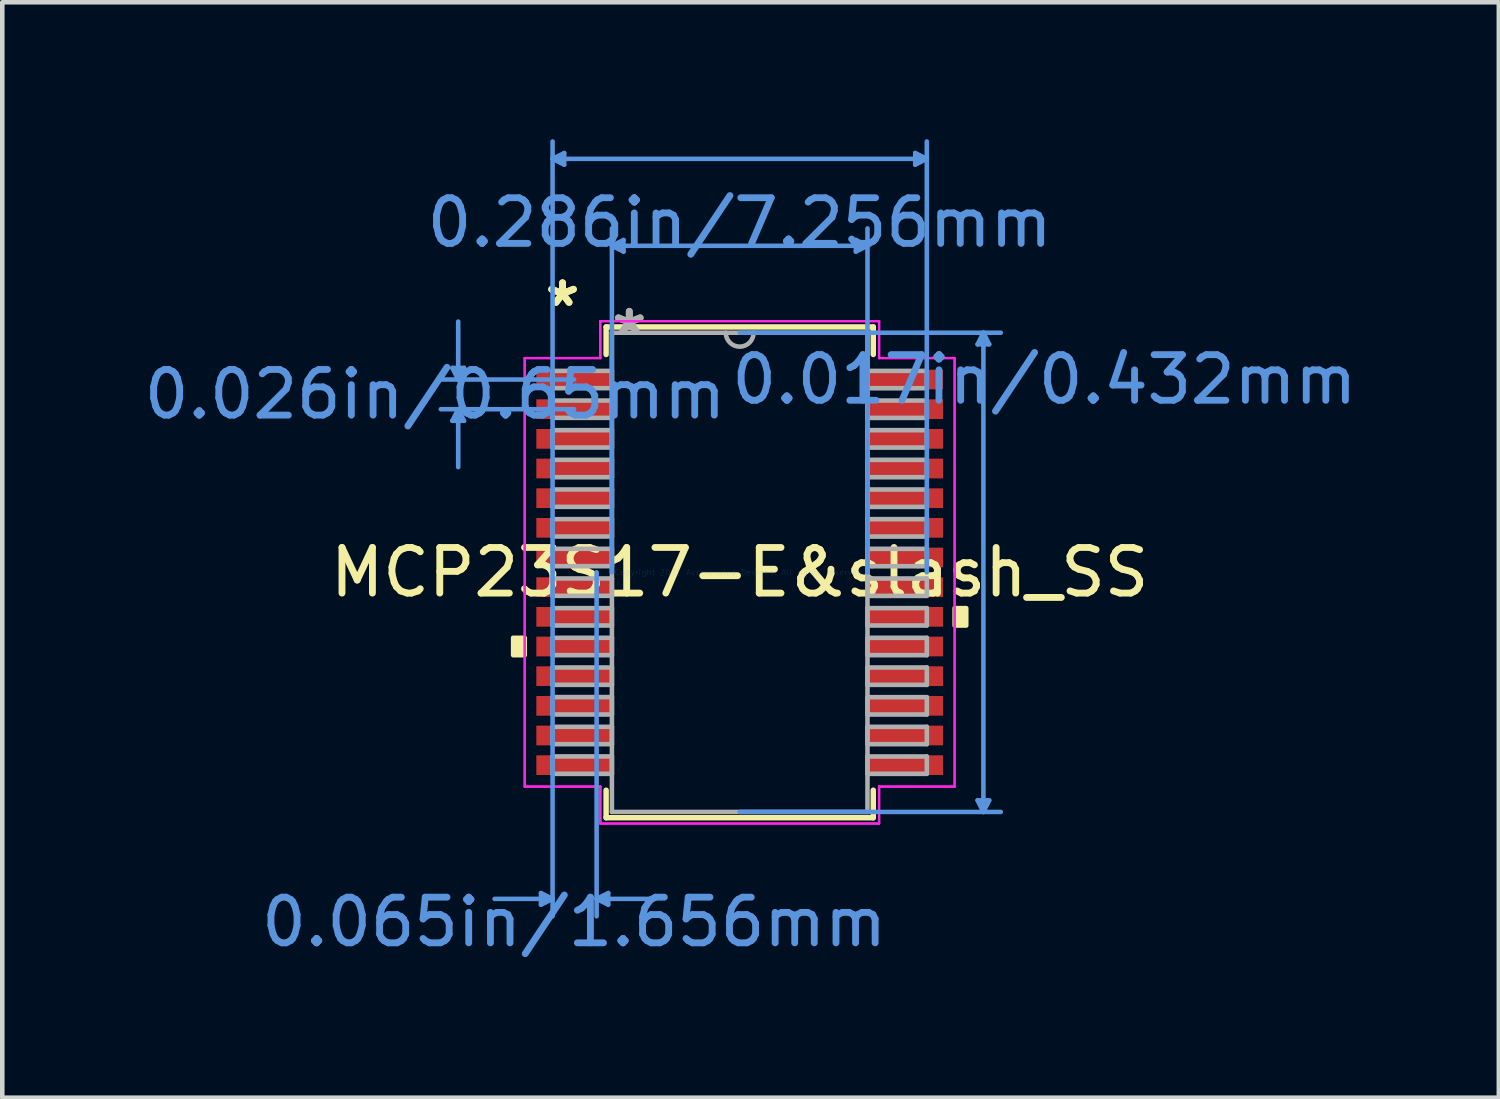
<source format=kicad_pcb>
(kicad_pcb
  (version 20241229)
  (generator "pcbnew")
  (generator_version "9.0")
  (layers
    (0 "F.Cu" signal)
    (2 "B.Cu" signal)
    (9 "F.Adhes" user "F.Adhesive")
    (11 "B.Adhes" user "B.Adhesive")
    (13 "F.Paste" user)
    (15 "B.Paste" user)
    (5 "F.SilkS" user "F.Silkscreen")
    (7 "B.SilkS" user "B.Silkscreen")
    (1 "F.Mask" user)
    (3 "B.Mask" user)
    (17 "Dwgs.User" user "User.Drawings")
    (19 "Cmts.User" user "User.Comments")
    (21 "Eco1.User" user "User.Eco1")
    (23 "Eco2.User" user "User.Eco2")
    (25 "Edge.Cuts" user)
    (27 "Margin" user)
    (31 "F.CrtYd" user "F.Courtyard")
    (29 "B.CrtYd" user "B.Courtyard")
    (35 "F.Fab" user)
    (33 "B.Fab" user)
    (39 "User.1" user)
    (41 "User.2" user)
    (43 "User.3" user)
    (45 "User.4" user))
  (footprint "MCP23S17-E&slash_SS"
    (layer "F.Cu")
    (at 13.158 9.491)
    (property "Reference" "MCP23S17-E&slash_SS" (at 0 0 0) (layer "F.SilkS") (effects (font (size 1 1) (thickness 0.15))))
    (attr through_hole)
    (fp_line (start -2.927 -5.377) (end -2.927 -4.774) (stroke (width 0.12) (type solid)) (layer "F.SilkS"))
    (fp_line (start -2.927 4.774) (end -2.927 5.377) (stroke (width 0.12) (type solid)) (layer "F.SilkS"))
    (fp_line (start -2.927 5.377) (end 2.927 5.377) (stroke (width 0.12) (type solid)) (layer "F.SilkS"))
    (fp_line (start 2.927 -5.377) (end -2.927 -5.377) (stroke (width 0.12) (type solid)) (layer "F.SilkS"))
    (fp_line (start 2.927 -4.774) (end 2.927 -5.377) (stroke (width 0.12) (type solid)) (layer "F.SilkS"))
    (fp_line (start 2.927 5.377) (end 2.927 4.774) (stroke (width 0.12) (type solid)) (layer "F.SilkS"))
    (fp_poly (pts (xy -4.964 1.434) (xy -4.964 1.815) (xy -4.71 1.815) (xy -4.71 1.434)) (stroke (width 0.1) (type solid)) (fill yes) (layer "F.SilkS"))
    (fp_poly (pts (xy 4.964 0.784) (xy 4.964 1.165) (xy 4.71 1.165) (xy 4.71 0.784)) (stroke (width 0.1) (type solid)) (fill yes) (layer "F.SilkS"))
    (fp_line (start -6.295 -4.479) (end -6.041 -4.479) (stroke (width 0.1) (type solid)) (layer "Cmts.User"))
    (fp_line (start -6.295 -3.321) (end -6.041 -3.321) (stroke (width 0.1) (type solid)) (layer "Cmts.User"))
    (fp_line (start -6.168 -4.225) (end -6.295 -4.479) (stroke (width 0.1) (type solid)) (layer "Cmts.User"))
    (fp_line (start -6.168 -4.225) (end -6.168 -5.495) (stroke (width 0.1) (type solid)) (layer "Cmts.User"))
    (fp_line (start -6.168 -4.225) (end -6.041 -4.479) (stroke (width 0.1) (type solid)) (layer "Cmts.User"))
    (fp_line (start -6.168 -3.575) (end -6.295 -3.321) (stroke (width 0.1) (type solid)) (layer "Cmts.User"))
    (fp_line (start -6.168 -3.575) (end -6.168 -2.305) (stroke (width 0.1) (type solid)) (layer "Cmts.User"))
    (fp_line (start -6.168 -3.575) (end -6.041 -3.321) (stroke (width 0.1) (type solid)) (layer "Cmts.User"))
    (fp_line (start -4.354 7.028) (end -4.354 7.282) (stroke (width 0.1) (type solid)) (layer "Cmts.User"))
    (fp_line (start -4.1 -9.06) (end -3.846 -9.187) (stroke (width 0.1) (type solid)) (layer "Cmts.User"))
    (fp_line (start -4.1 -9.06) (end -3.846 -8.933) (stroke (width 0.1) (type solid)) (layer "Cmts.User"))
    (fp_line (start -4.1 -9.06) (end 4.1 -9.06) (stroke (width 0.1) (type solid)) (layer "Cmts.User"))
    (fp_line (start -4.1 0) (end -4.1 -9.441) (stroke (width 0.1) (type solid)) (layer "Cmts.User"))
    (fp_line (start -4.1 0) (end -4.1 7.536) (stroke (width 0.1) (type solid)) (layer "Cmts.User"))
    (fp_line (start -4.1 7.155) (end -5.37 7.155) (stroke (width 0.1) (type solid)) (layer "Cmts.User"))
    (fp_line (start -4.1 7.155) (end -4.354 7.028) (stroke (width 0.1) (type solid)) (layer "Cmts.User"))
    (fp_line (start -4.1 7.155) (end -4.354 7.282) (stroke (width 0.1) (type solid)) (layer "Cmts.User"))
    (fp_line (start -3.846 -9.187) (end -3.846 -8.933) (stroke (width 0.1) (type solid)) (layer "Cmts.User"))
    (fp_line (start -3.628 -4.225) (end -6.549 -4.225) (stroke (width 0.1) (type solid)) (layer "Cmts.User"))
    (fp_line (start -3.628 -3.575) (end -6.549 -3.575) (stroke (width 0.1) (type solid)) (layer "Cmts.User"))
    (fp_line (start -3.135 0) (end -3.135 7.536) (stroke (width 0.1) (type solid)) (layer "Cmts.User"))
    (fp_line (start -3.135 7.155) (end -2.881 7.028) (stroke (width 0.1) (type solid)) (layer "Cmts.User"))
    (fp_line (start -3.135 7.155) (end -2.881 7.282) (stroke (width 0.1) (type solid)) (layer "Cmts.User"))
    (fp_line (start -3.135 7.155) (end -1.865 7.155) (stroke (width 0.1) (type solid)) (layer "Cmts.User"))
    (fp_line (start -2.881 7.028) (end -2.881 7.282) (stroke (width 0.1) (type solid)) (layer "Cmts.User"))
    (fp_line (start -2.8 -7.155) (end -2.546 -7.282) (stroke (width 0.1) (type solid)) (layer "Cmts.User"))
    (fp_line (start -2.8 -7.155) (end -2.546 -7.028) (stroke (width 0.1) (type solid)) (layer "Cmts.User"))
    (fp_line (start -2.8 -7.155) (end 2.8 -7.155) (stroke (width 0.1) (type solid)) (layer "Cmts.User"))
    (fp_line (start -2.8 0) (end -2.8 -7.536) (stroke (width 0.1) (type solid)) (layer "Cmts.User"))
    (fp_line (start -2.546 -7.282) (end -2.546 -7.028) (stroke (width 0.1) (type solid)) (layer "Cmts.User"))
    (fp_line (start 0 -5.25) (end 5.721 -5.25) (stroke (width 0.1) (type solid)) (layer "Cmts.User"))
    (fp_line (start 0 5.25) (end 5.721 5.25) (stroke (width 0.1) (type solid)) (layer "Cmts.User"))
    (fp_line (start 2.546 -7.282) (end 2.546 -7.028) (stroke (width 0.1) (type solid)) (layer "Cmts.User"))
    (fp_line (start 2.8 -7.155) (end 2.546 -7.282) (stroke (width 0.1) (type solid)) (layer "Cmts.User"))
    (fp_line (start 2.8 -7.155) (end 2.546 -7.028) (stroke (width 0.1) (type solid)) (layer "Cmts.User"))
    (fp_line (start 2.8 0) (end 2.8 -7.536) (stroke (width 0.1) (type solid)) (layer "Cmts.User"))
    (fp_line (start 3.846 -9.187) (end 3.846 -8.933) (stroke (width 0.1) (type solid)) (layer "Cmts.User"))
    (fp_line (start 4.1 -9.06) (end 3.846 -9.187) (stroke (width 0.1) (type solid)) (layer "Cmts.User"))
    (fp_line (start 4.1 -9.06) (end 3.846 -8.933) (stroke (width 0.1) (type solid)) (layer "Cmts.User"))
    (fp_line (start 4.1 0) (end 4.1 -9.441) (stroke (width 0.1) (type solid)) (layer "Cmts.User"))
    (fp_line (start 5.213 -4.996) (end 5.467 -4.996) (stroke (width 0.1) (type solid)) (layer "Cmts.User"))
    (fp_line (start 5.213 4.996) (end 5.467 4.996) (stroke (width 0.1) (type solid)) (layer "Cmts.User"))
    (fp_line (start 5.34 -5.25) (end 5.213 -4.996) (stroke (width 0.1) (type solid)) (layer "Cmts.User"))
    (fp_line (start 5.34 -5.25) (end 5.34 5.25) (stroke (width 0.1) (type solid)) (layer "Cmts.User"))
    (fp_line (start 5.34 -5.25) (end 5.467 -4.996) (stroke (width 0.1) (type solid)) (layer "Cmts.User"))
    (fp_line (start 5.34 5.25) (end 5.213 4.996) (stroke (width 0.1) (type solid)) (layer "Cmts.User"))
    (fp_line (start 5.34 5.25) (end 5.467 4.996) (stroke (width 0.1) (type solid)) (layer "Cmts.User"))
    (fp_line (start -4.71 -4.695) (end -3.054 -4.695) (stroke (width 0.05) (type solid)) (layer "F.CrtYd"))
    (fp_line (start -4.71 -4.695) (end -3.054 -4.695) (stroke (width 0.05) (type solid)) (layer "F.CrtYd"))
    (fp_line (start -4.71 4.695) (end -4.71 -4.695) (stroke (width 0.05) (type solid)) (layer "F.CrtYd"))
    (fp_line (start -4.71 4.695) (end -4.71 -4.695) (stroke (width 0.05) (type solid)) (layer "F.CrtYd"))
    (fp_line (start -4.71 4.695) (end -3.054 4.695) (stroke (width 0.05) (type solid)) (layer "F.CrtYd"))
    (fp_line (start -3.054 -5.504) (end 3.054 -5.504) (stroke (width 0.05) (type solid)) (layer "F.CrtYd"))
    (fp_line (start -3.054 -5.504) (end 3.054 -5.504) (stroke (width 0.05) (type solid)) (layer "F.CrtYd"))
    (fp_line (start -3.054 -4.695) (end -3.054 -5.504) (stroke (width 0.05) (type solid)) (layer "F.CrtYd"))
    (fp_line (start -3.054 -4.695) (end -3.054 -5.504) (stroke (width 0.05) (type solid)) (layer "F.CrtYd"))
    (fp_line (start -3.054 4.695) (end -4.71 4.695) (stroke (width 0.05) (type solid)) (layer "F.CrtYd"))
    (fp_line (start -3.054 5.504) (end -3.054 4.695) (stroke (width 0.05) (type solid)) (layer "F.CrtYd"))
    (fp_line (start -3.054 5.504) (end -3.054 4.695) (stroke (width 0.05) (type solid)) (layer "F.CrtYd"))
    (fp_line (start 3.054 -5.504) (end 3.054 -4.695) (stroke (width 0.05) (type solid)) (layer "F.CrtYd"))
    (fp_line (start 3.054 -5.504) (end 3.054 -4.695) (stroke (width 0.05) (type solid)) (layer "F.CrtYd"))
    (fp_line (start 3.054 -4.695) (end 4.71 -4.695) (stroke (width 0.05) (type solid)) (layer "F.CrtYd"))
    (fp_line (start 3.054 4.695) (end 3.054 5.504) (stroke (width 0.05) (type solid)) (layer "F.CrtYd"))
    (fp_line (start 3.054 4.695) (end 3.054 5.504) (stroke (width 0.05) (type solid)) (layer "F.CrtYd"))
    (fp_line (start 3.054 5.504) (end -3.054 5.504) (stroke (width 0.05) (type solid)) (layer "F.CrtYd"))
    (fp_line (start 3.054 5.504) (end -3.054 5.504) (stroke (width 0.05) (type solid)) (layer "F.CrtYd"))
    (fp_line (start 4.71 -4.695) (end 3.054 -4.695) (stroke (width 0.05) (type solid)) (layer "F.CrtYd"))
    (fp_line (start 4.71 -4.695) (end 4.71 4.695) (stroke (width 0.05) (type solid)) (layer "F.CrtYd"))
    (fp_line (start 4.71 -4.695) (end 4.71 4.695) (stroke (width 0.05) (type solid)) (layer "F.CrtYd"))
    (fp_line (start 4.71 4.695) (end 3.054 4.695) (stroke (width 0.05) (type solid)) (layer "F.CrtYd"))
    (fp_line (start 4.71 4.695) (end 3.054 4.695) (stroke (width 0.05) (type solid)) (layer "F.CrtYd"))
    (fp_line (start -4.1 -4.415) (end -4.1 -4.035) (stroke (width 0.1) (type solid)) (layer "F.Fab"))
    (fp_line (start -4.1 -4.035) (end -2.8 -4.035) (stroke (width 0.1) (type solid)) (layer "F.Fab"))
    (fp_line (start -4.1 -3.765) (end -4.1 -3.385) (stroke (width 0.1) (type solid)) (layer "F.Fab"))
    (fp_line (start -4.1 -3.385) (end -2.8 -3.385) (stroke (width 0.1) (type solid)) (layer "F.Fab"))
    (fp_line (start -4.1 -3.115) (end -4.1 -2.735) (stroke (width 0.1) (type solid)) (layer "F.Fab"))
    (fp_line (start -4.1 -2.735) (end -2.8 -2.735) (stroke (width 0.1) (type solid)) (layer "F.Fab"))
    (fp_line (start -4.1 -2.466) (end -4.1 -2.084) (stroke (width 0.1) (type solid)) (layer "F.Fab"))
    (fp_line (start -4.1 -2.084) (end -2.8 -2.084) (stroke (width 0.1) (type solid)) (layer "F.Fab"))
    (fp_line (start -4.1 -1.816) (end -4.1 -1.435) (stroke (width 0.1) (type solid)) (layer "F.Fab"))
    (fp_line (start -4.1 -1.435) (end -2.8 -1.435) (stroke (width 0.1) (type solid)) (layer "F.Fab"))
    (fp_line (start -4.1 -1.166) (end -4.1 -0.785) (stroke (width 0.1) (type solid)) (layer "F.Fab"))
    (fp_line (start -4.1 -0.785) (end -2.8 -0.785) (stroke (width 0.1) (type solid)) (layer "F.Fab"))
    (fp_line (start -4.1 -0.516) (end -4.1 -0.135) (stroke (width 0.1) (type solid)) (layer "F.Fab"))
    (fp_line (start -4.1 -0.135) (end -2.8 -0.135) (stroke (width 0.1) (type solid)) (layer "F.Fab"))
    (fp_line (start -4.1 0.134) (end -4.1 0.515) (stroke (width 0.1) (type solid)) (layer "F.Fab"))
    (fp_line (start -4.1 0.515) (end -2.8 0.515) (stroke (width 0.1) (type solid)) (layer "F.Fab"))
    (fp_line (start -4.1 0.784) (end -4.1 1.165) (stroke (width 0.1) (type solid)) (layer "F.Fab"))
    (fp_line (start -4.1 1.165) (end -2.8 1.165) (stroke (width 0.1) (type solid)) (layer "F.Fab"))
    (fp_line (start -4.1 1.434) (end -4.1 1.815) (stroke (width 0.1) (type solid)) (layer "F.Fab"))
    (fp_line (start -4.1 1.815) (end -2.8 1.815) (stroke (width 0.1) (type solid)) (layer "F.Fab"))
    (fp_line (start -4.1 2.084) (end -4.1 2.465) (stroke (width 0.1) (type solid)) (layer "F.Fab"))
    (fp_line (start -4.1 2.465) (end -2.8 2.465) (stroke (width 0.1) (type solid)) (layer "F.Fab"))
    (fp_line (start -4.1 2.734) (end -4.1 3.115) (stroke (width 0.1) (type solid)) (layer "F.Fab"))
    (fp_line (start -4.1 3.115) (end -2.8 3.115) (stroke (width 0.1) (type solid)) (layer "F.Fab"))
    (fp_line (start -4.1 3.384) (end -4.1 3.765) (stroke (width 0.1) (type solid)) (layer "F.Fab"))
    (fp_line (start -4.1 3.765) (end -2.8 3.765) (stroke (width 0.1) (type solid)) (layer "F.Fab"))
    (fp_line (start -4.1 4.034) (end -4.1 4.415) (stroke (width 0.1) (type solid)) (layer "F.Fab"))
    (fp_line (start -4.1 4.415) (end -2.8 4.415) (stroke (width 0.1) (type solid)) (layer "F.Fab"))
    (fp_line (start -2.8 -5.25) (end -2.8 5.25) (stroke (width 0.1) (type solid)) (layer "F.Fab"))
    (fp_line (start -2.8 -4.415) (end -4.1 -4.415) (stroke (width 0.1) (type solid)) (layer "F.Fab"))
    (fp_line (start -2.8 -4.035) (end -2.8 -4.415) (stroke (width 0.1) (type solid)) (layer "F.Fab"))
    (fp_line (start -2.8 -3.765) (end -4.1 -3.765) (stroke (width 0.1) (type solid)) (layer "F.Fab"))
    (fp_line (start -2.8 -3.385) (end -2.8 -3.765) (stroke (width 0.1) (type solid)) (layer "F.Fab"))
    (fp_line (start -2.8 -3.115) (end -4.1 -3.115) (stroke (width 0.1) (type solid)) (layer "F.Fab"))
    (fp_line (start -2.8 -2.735) (end -2.8 -3.115) (stroke (width 0.1) (type solid)) (layer "F.Fab"))
    (fp_line (start -2.8 -2.466) (end -4.1 -2.466) (stroke (width 0.1) (type solid)) (layer "F.Fab"))
    (fp_line (start -2.8 -2.084) (end -2.8 -2.466) (stroke (width 0.1) (type solid)) (layer "F.Fab"))
    (fp_line (start -2.8 -1.816) (end -4.1 -1.816) (stroke (width 0.1) (type solid)) (layer "F.Fab"))
    (fp_line (start -2.8 -1.435) (end -2.8 -1.816) (stroke (width 0.1) (type solid)) (layer "F.Fab"))
    (fp_line (start -2.8 -1.166) (end -4.1 -1.166) (stroke (width 0.1) (type solid)) (layer "F.Fab"))
    (fp_line (start -2.8 -0.785) (end -2.8 -1.166) (stroke (width 0.1) (type solid)) (layer "F.Fab"))
    (fp_line (start -2.8 -0.516) (end -4.1 -0.516) (stroke (width 0.1) (type solid)) (layer "F.Fab"))
    (fp_line (start -2.8 -0.135) (end -2.8 -0.516) (stroke (width 0.1) (type solid)) (layer "F.Fab"))
    (fp_line (start -2.8 0.134) (end -4.1 0.134) (stroke (width 0.1) (type solid)) (layer "F.Fab"))
    (fp_line (start -2.8 0.515) (end -2.8 0.134) (stroke (width 0.1) (type solid)) (layer "F.Fab"))
    (fp_line (start -2.8 0.784) (end -4.1 0.784) (stroke (width 0.1) (type solid)) (layer "F.Fab"))
    (fp_line (start -2.8 1.165) (end -2.8 0.784) (stroke (width 0.1) (type solid)) (layer "F.Fab"))
    (fp_line (start -2.8 1.434) (end -4.1 1.434) (stroke (width 0.1) (type solid)) (layer "F.Fab"))
    (fp_line (start -2.8 1.815) (end -2.8 1.434) (stroke (width 0.1) (type solid)) (layer "F.Fab"))
    (fp_line (start -2.8 2.084) (end -4.1 2.084) (stroke (width 0.1) (type solid)) (layer "F.Fab"))
    (fp_line (start -2.8 2.465) (end -2.8 2.084) (stroke (width 0.1) (type solid)) (layer "F.Fab"))
    (fp_line (start -2.8 2.734) (end -4.1 2.734) (stroke (width 0.1) (type solid)) (layer "F.Fab"))
    (fp_line (start -2.8 3.115) (end -2.8 2.734) (stroke (width 0.1) (type solid)) (layer "F.Fab"))
    (fp_line (start -2.8 3.384) (end -4.1 3.384) (stroke (width 0.1) (type solid)) (layer "F.Fab"))
    (fp_line (start -2.8 3.765) (end -2.8 3.384) (stroke (width 0.1) (type solid)) (layer "F.Fab"))
    (fp_line (start -2.8 4.034) (end -4.1 4.034) (stroke (width 0.1) (type solid)) (layer "F.Fab"))
    (fp_line (start -2.8 4.415) (end -2.8 4.034) (stroke (width 0.1) (type solid)) (layer "F.Fab"))
    (fp_line (start -2.8 5.25) (end 2.8 5.25) (stroke (width 0.1) (type solid)) (layer "F.Fab"))
    (fp_line (start 2.8 -5.25) (end -2.8 -5.25) (stroke (width 0.1) (type solid)) (layer "F.Fab"))
    (fp_line (start 2.8 -4.415) (end 2.8 -4.034) (stroke (width 0.1) (type solid)) (layer "F.Fab"))
    (fp_line (start 2.8 -4.034) (end 4.1 -4.034) (stroke (width 0.1) (type solid)) (layer "F.Fab"))
    (fp_line (start 2.8 -3.765) (end 2.8 -3.384) (stroke (width 0.1) (type solid)) (layer "F.Fab"))
    (fp_line (start 2.8 -3.384) (end 4.1 -3.384) (stroke (width 0.1) (type solid)) (layer "F.Fab"))
    (fp_line (start 2.8 -3.115) (end 2.8 -2.734) (stroke (width 0.1) (type solid)) (layer "F.Fab"))
    (fp_line (start 2.8 -2.734) (end 4.1 -2.734) (stroke (width 0.1) (type solid)) (layer "F.Fab"))
    (fp_line (start 2.8 -2.465) (end 2.8 -2.084) (stroke (width 0.1) (type solid)) (layer "F.Fab"))
    (fp_line (start 2.8 -2.084) (end 4.1 -2.084) (stroke (width 0.1) (type solid)) (layer "F.Fab"))
    (fp_line (start 2.8 -1.815) (end 2.8 -1.434) (stroke (width 0.1) (type solid)) (layer "F.Fab"))
    (fp_line (start 2.8 -1.434) (end 4.1 -1.434) (stroke (width 0.1) (type solid)) (layer "F.Fab"))
    (fp_line (start 2.8 -1.165) (end 2.8 -0.784) (stroke (width 0.1) (type solid)) (layer "F.Fab"))
    (fp_line (start 2.8 -0.784) (end 4.1 -0.784) (stroke (width 0.1) (type solid)) (layer "F.Fab"))
    (fp_line (start 2.8 -0.515) (end 2.8 -0.134) (stroke (width 0.1) (type solid)) (layer "F.Fab"))
    (fp_line (start 2.8 -0.134) (end 4.1 -0.134) (stroke (width 0.1) (type solid)) (layer "F.Fab"))
    (fp_line (start 2.8 0.135) (end 2.8 0.516) (stroke (width 0.1) (type solid)) (layer "F.Fab"))
    (fp_line (start 2.8 0.516) (end 4.1 0.516) (stroke (width 0.1) (type solid)) (layer "F.Fab"))
    (fp_line (start 2.8 0.784) (end 2.8 1.165) (stroke (width 0.1) (type solid)) (layer "F.Fab"))
    (fp_line (start 2.8 1.165) (end 4.1 1.165) (stroke (width 0.1) (type solid)) (layer "F.Fab"))
    (fp_line (start 2.8 1.435) (end 2.8 1.815) (stroke (width 0.1) (type solid)) (layer "F.Fab"))
    (fp_line (start 2.8 1.815) (end 4.1 1.815) (stroke (width 0.1) (type solid)) (layer "F.Fab"))
    (fp_line (start 2.8 2.084) (end 2.8 2.466) (stroke (width 0.1) (type solid)) (layer "F.Fab"))
    (fp_line (start 2.8 2.466) (end 4.1 2.466) (stroke (width 0.1) (type solid)) (layer "F.Fab"))
    (fp_line (start 2.8 2.735) (end 2.8 3.115) (stroke (width 0.1) (type solid)) (layer "F.Fab"))
    (fp_line (start 2.8 3.115) (end 4.1 3.115) (stroke (width 0.1) (type solid)) (layer "F.Fab"))
    (fp_line (start 2.8 3.385) (end 2.8 3.765) (stroke (width 0.1) (type solid)) (layer "F.Fab"))
    (fp_line (start 2.8 3.765) (end 4.1 3.765) (stroke (width 0.1) (type solid)) (layer "F.Fab"))
    (fp_line (start 2.8 4.035) (end 2.8 4.415) (stroke (width 0.1) (type solid)) (layer "F.Fab"))
    (fp_line (start 2.8 4.415) (end 4.1 4.415) (stroke (width 0.1) (type solid)) (layer "F.Fab"))
    (fp_line (start 2.8 5.25) (end 2.8 -5.25) (stroke (width 0.1) (type solid)) (layer "F.Fab"))
    (fp_line (start 4.1 -4.415) (end 2.8 -4.415) (stroke (width 0.1) (type solid)) (layer "F.Fab"))
    (fp_line (start 4.1 -4.034) (end 4.1 -4.415) (stroke (width 0.1) (type solid)) (layer "F.Fab"))
    (fp_line (start 4.1 -3.765) (end 2.8 -3.765) (stroke (width 0.1) (type solid)) (layer "F.Fab"))
    (fp_line (start 4.1 -3.384) (end 4.1 -3.765) (stroke (width 0.1) (type solid)) (layer "F.Fab"))
    (fp_line (start 4.1 -3.115) (end 2.8 -3.115) (stroke (width 0.1) (type solid)) (layer "F.Fab"))
    (fp_line (start 4.1 -2.734) (end 4.1 -3.115) (stroke (width 0.1) (type solid)) (layer "F.Fab"))
    (fp_line (start 4.1 -2.465) (end 2.8 -2.465) (stroke (width 0.1) (type solid)) (layer "F.Fab"))
    (fp_line (start 4.1 -2.084) (end 4.1 -2.465) (stroke (width 0.1) (type solid)) (layer "F.Fab"))
    (fp_line (start 4.1 -1.815) (end 2.8 -1.815) (stroke (width 0.1) (type solid)) (layer "F.Fab"))
    (fp_line (start 4.1 -1.434) (end 4.1 -1.815) (stroke (width 0.1) (type solid)) (layer "F.Fab"))
    (fp_line (start 4.1 -1.165) (end 2.8 -1.165) (stroke (width 0.1) (type solid)) (layer "F.Fab"))
    (fp_line (start 4.1 -0.784) (end 4.1 -1.165) (stroke (width 0.1) (type solid)) (layer "F.Fab"))
    (fp_line (start 4.1 -0.515) (end 2.8 -0.515) (stroke (width 0.1) (type solid)) (layer "F.Fab"))
    (fp_line (start 4.1 -0.134) (end 4.1 -0.515) (stroke (width 0.1) (type solid)) (layer "F.Fab"))
    (fp_line (start 4.1 0.135) (end 2.8 0.135) (stroke (width 0.1) (type solid)) (layer "F.Fab"))
    (fp_line (start 4.1 0.516) (end 4.1 0.135) (stroke (width 0.1) (type solid)) (layer "F.Fab"))
    (fp_line (start 4.1 0.784) (end 2.8 0.784) (stroke (width 0.1) (type solid)) (layer "F.Fab"))
    (fp_line (start 4.1 1.165) (end 4.1 0.784) (stroke (width 0.1) (type solid)) (layer "F.Fab"))
    (fp_line (start 4.1 1.435) (end 2.8 1.435) (stroke (width 0.1) (type solid)) (layer "F.Fab"))
    (fp_line (start 4.1 1.815) (end 4.1 1.435) (stroke (width 0.1) (type solid)) (layer "F.Fab"))
    (fp_line (start 4.1 2.084) (end 2.8 2.084) (stroke (width 0.1) (type solid)) (layer "F.Fab"))
    (fp_line (start 4.1 2.466) (end 4.1 2.084) (stroke (width 0.1) (type solid)) (layer "F.Fab"))
    (fp_line (start 4.1 2.735) (end 2.8 2.735) (stroke (width 0.1) (type solid)) (layer "F.Fab"))
    (fp_line (start 4.1 3.115) (end 4.1 2.735) (stroke (width 0.1) (type solid)) (layer "F.Fab"))
    (fp_line (start 4.1 3.385) (end 2.8 3.385) (stroke (width 0.1) (type solid)) (layer "F.Fab"))
    (fp_line (start 4.1 3.765) (end 4.1 3.385) (stroke (width 0.1) (type solid)) (layer "F.Fab"))
    (fp_line (start 4.1 4.035) (end 2.8 4.035) (stroke (width 0.1) (type solid)) (layer "F.Fab"))
    (fp_line (start 4.1 4.415) (end 4.1 4.035) (stroke (width 0.1) (type solid)) (layer "F.Fab"))
    (fp_arc (start 0.3048 -5.25) (mid 0 -4.9452) (end -0.3048 -5.25) (stroke (width 0.1) (type solid)) (layer "F.Fab"))
    (fp_text user "*" (at -3.882 -5.8 0) (layer "F.SilkS") (effects (font (size 1 1) (thickness 0.15))))
    (fp_text user "*" (at -3.882 -5.8 0) (layer "F.SilkS") (effects (font (size 1 1) (thickness 0.15))))
    (fp_text user "0.065in/1.656mm" (at -3.628 7.663 0) (layer "Cmts.User") (effects (font (size 1 1) (thickness 0.15))))
    (fp_text user "0.017in/0.432mm" (at 6.676 -4.225 0) (layer "Cmts.User") (effects (font (size 1 1) (thickness 0.15))))
    (fp_text user "0.026in/0.65mm" (at -6.676 -3.9 0) (layer "Cmts.User") (effects (font (size 1 1) (thickness 0.15))))
    (fp_text user "0.286in/7.256mm" (at 0 -7.663 0) (layer "Cmts.User") (effects (font (size 1 1) (thickness 0.15))))
    (fp_text user "Copyright 2021 Accelerated Designs. All rights reserved." (at 0 0 0) (layer "Cmts.User") (effects (font (size 0.127 0.127) (thickness 0.002))))
    (fp_text user "*" (at -2.419 -5.174 0) (layer "F.Fab") (effects (font (size 1 1) (thickness 0.15))))
    (fp_text user "*" (at -2.419 -5.174 0) (layer "F.Fab") (effects (font (size 1 1) (thickness 0.15))))
    (pad "1" smd rect (at -3.628 -4.225) (size 1.656 0.432) (layers "F.Cu" "F.Mask" "F.Paste"))
    (pad "2" smd rect (at -3.628 -3.575) (size 1.656 0.432) (layers "F.Cu" "F.Mask" "F.Paste"))
    (pad "3" smd rect (at -3.628 -2.925) (size 1.656 0.432) (layers "F.Cu" "F.Mask" "F.Paste"))
    (pad "4" smd rect (at -3.628 -2.275) (size 1.656 0.432) (layers "F.Cu" "F.Mask" "F.Paste"))
    (pad "5" smd rect (at -3.628 -1.625) (size 1.656 0.432) (layers "F.Cu" "F.Mask" "F.Paste"))
    (pad "6" smd rect (at -3.628 -0.975) (size 1.656 0.432) (layers "F.Cu" "F.Mask" "F.Paste"))
    (pad "7" smd rect (at -3.628 -0.325) (size 1.656 0.432) (layers "F.Cu" "F.Mask" "F.Paste"))
    (pad "8" smd rect (at -3.628 0.325) (size 1.656 0.432) (layers "F.Cu" "F.Mask" "F.Paste"))
    (pad "9" smd rect (at -3.628 0.975) (size 1.656 0.432) (layers "F.Cu" "F.Mask" "F.Paste"))
    (pad "10" smd rect (at -3.628 1.625) (size 1.656 0.432) (layers "F.Cu" "F.Mask" "F.Paste"))
    (pad "11" smd rect (at -3.628 2.275) (size 1.656 0.432) (layers "F.Cu" "F.Mask" "F.Paste"))
    (pad "12" smd rect (at -3.628 2.925) (size 1.656 0.432) (layers "F.Cu" "F.Mask" "F.Paste"))
    (pad "13" smd rect (at -3.628 3.575) (size 1.656 0.432) (layers "F.Cu" "F.Mask" "F.Paste"))
    (pad "14" smd rect (at -3.628 4.225) (size 1.656 0.432) (layers "F.Cu" "F.Mask" "F.Paste"))
    (pad "15" smd rect (at 3.628 4.225) (size 1.656 0.432) (layers "F.Cu" "F.Mask" "F.Paste"))
    (pad "16" smd rect (at 3.628 3.575) (size 1.656 0.432) (layers "F.Cu" "F.Mask" "F.Paste"))
    (pad "17" smd rect (at 3.628 2.925) (size 1.656 0.432) (layers "F.Cu" "F.Mask" "F.Paste"))
    (pad "18" smd rect (at 3.628 2.275) (size 1.656 0.432) (layers "F.Cu" "F.Mask" "F.Paste"))
    (pad "19" smd rect (at 3.628 1.625) (size 1.656 0.432) (layers "F.Cu" "F.Mask" "F.Paste"))
    (pad "20" smd rect (at 3.628 0.975) (size 1.656 0.432) (layers "F.Cu" "F.Mask" "F.Paste"))
    (pad "21" smd rect (at 3.628 0.325) (size 1.656 0.432) (layers "F.Cu" "F.Mask" "F.Paste"))
    (pad "22" smd rect (at 3.628 -0.325) (size 1.656 0.432) (layers "F.Cu" "F.Mask" "F.Paste"))
    (pad "23" smd rect (at 3.628 -0.975) (size 1.656 0.432) (layers "F.Cu" "F.Mask" "F.Paste"))
    (pad "24" smd rect (at 3.628 -1.625) (size 1.656 0.432) (layers "F.Cu" "F.Mask" "F.Paste"))
    (pad "25" smd rect (at 3.628 -2.275) (size 1.656 0.432) (layers "F.Cu" "F.Mask" "F.Paste"))
    (pad "26" smd rect (at 3.628 -2.925) (size 1.656 0.432) (layers "F.Cu" "F.Mask" "F.Paste"))
    (pad "27" smd rect (at 3.628 -3.575) (size 1.656 0.432) (layers "F.Cu" "F.Mask" "F.Paste"))
    (pad "28" smd rect (at 3.628 -4.225) (size 1.656 0.432) (layers "F.Cu" "F.Mask" "F.Paste")))
  (gr_rect
    (start -3 -3)
    (end 29.792 21.002)
    (stroke (width 0.1) (type default))
    (fill no)
    (layer "Edge.Cuts")))
</source>
